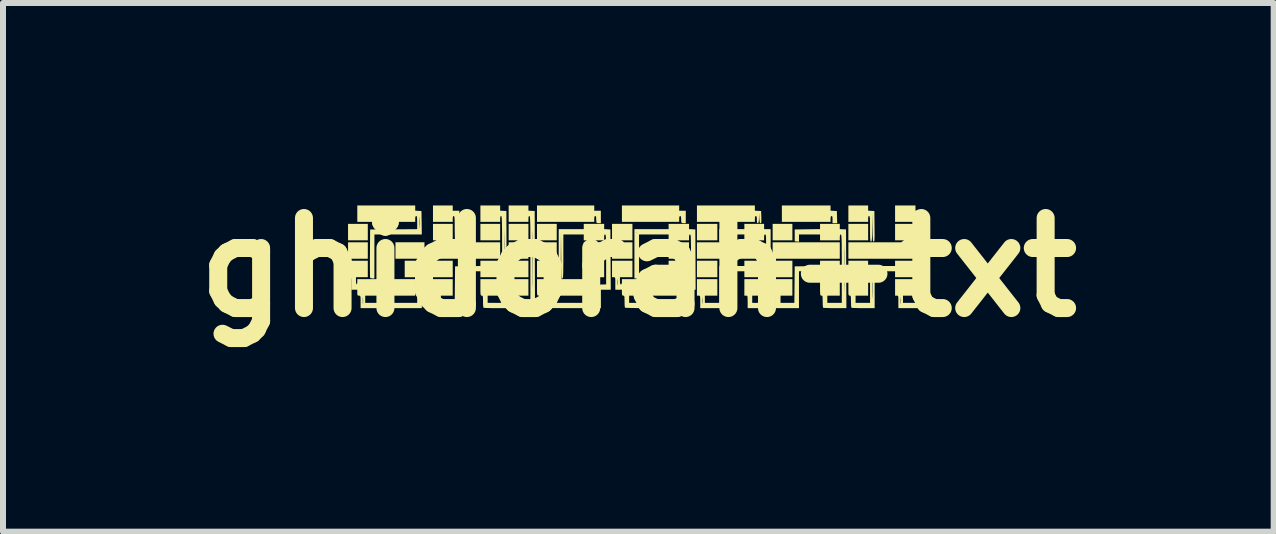
<source format=kicad_pcb>
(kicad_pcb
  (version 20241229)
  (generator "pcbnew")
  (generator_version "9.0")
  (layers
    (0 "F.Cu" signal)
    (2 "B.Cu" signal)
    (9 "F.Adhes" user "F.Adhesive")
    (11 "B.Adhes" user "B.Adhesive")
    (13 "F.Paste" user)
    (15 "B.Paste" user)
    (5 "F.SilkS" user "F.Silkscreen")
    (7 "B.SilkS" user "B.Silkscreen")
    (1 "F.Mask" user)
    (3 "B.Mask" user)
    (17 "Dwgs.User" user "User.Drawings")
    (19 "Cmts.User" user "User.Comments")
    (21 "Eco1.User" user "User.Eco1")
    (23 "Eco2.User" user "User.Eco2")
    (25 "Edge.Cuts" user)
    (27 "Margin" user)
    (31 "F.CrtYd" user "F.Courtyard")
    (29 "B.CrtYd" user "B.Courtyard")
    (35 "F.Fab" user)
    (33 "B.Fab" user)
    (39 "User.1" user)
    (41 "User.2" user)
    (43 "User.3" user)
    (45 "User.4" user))
  (footprint "ghidorah-txt"
    (layer "F.Cu")
    (at 7.586 1.404)
    (property "Reference" "ghidorah-txt" (at 0 0 0) (layer "F.SilkS") (effects (font (size 1.5 1.5) (thickness 0.3))))
    (attr board_only exclude_from_pos_files exclude_from_bom)
    (fp_poly (pts (xy -4.508 -0.587) (xy -4.508 -0.45) (xy -4.672 -0.45) (xy -4.837 -0.45) (xy -4.837 -0.587) (xy -4.837 -0.724) (xy -4.672 -0.724) (xy -4.508 -0.724)) (stroke (width 0) (type solid)) (fill yes) (layer "F.SilkS"))
    (fp_poly (pts (xy -4.508 -0.28) (xy -4.508 -0.143) (xy -4.672 -0.143) (xy -4.837 -0.143) (xy -4.837 -0.28) (xy -4.837 -0.417) (xy -4.672 -0.417) (xy -4.508 -0.417)) (stroke (width 0) (type solid)) (fill yes) (layer "F.SilkS"))
    (fp_poly (pts (xy -3.564 0.027) (xy -3.564 0.165) (xy -3.729 0.165) (xy -3.893 0.165) (xy -3.893 0.027) (xy -3.893 -0.11) (xy -3.729 -0.11) (xy -3.564 -0.11)) (stroke (width 0) (type solid)) (fill yes) (layer "F.SilkS"))
    (fp_poly (pts (xy -3.093 -0.587) (xy -3.093 -0.45) (xy -3.257 -0.45) (xy -3.422 -0.45) (xy -3.422 -0.587) (xy -3.422 -0.724) (xy -3.257 -0.724) (xy -3.093 -0.724)) (stroke (width 0) (type solid)) (fill yes) (layer "F.SilkS"))
    (fp_poly (pts (xy -3.093 0.027) (xy -3.093 0.165) (xy -3.257 0.165) (xy -3.422 0.165) (xy -3.422 0.027) (xy -3.422 -0.11) (xy -3.257 -0.11) (xy -3.093 -0.11)) (stroke (width 0) (type solid)) (fill yes) (layer "F.SilkS"))
    (fp_poly (pts (xy -2.303 -0.587) (xy -2.303 -0.45) (xy -2.468 -0.45) (xy -2.632 -0.45) (xy -2.632 -0.587) (xy -2.632 -0.724) (xy -2.468 -0.724) (xy -2.303 -0.724)) (stroke (width 0) (type solid)) (fill yes) (layer "F.SilkS"))
    (fp_poly (pts (xy -2.303 -0.28) (xy -2.303 -0.143) (xy -2.862 -0.143) (xy -3.422 -0.143) (xy -3.422 -0.28) (xy -3.422 -0.417) (xy -2.862 -0.417) (xy -2.303 -0.417)) (stroke (width 0) (type solid)) (fill yes) (layer "F.SilkS"))
    (fp_poly (pts (xy -1.832 -0.587) (xy -1.832 -0.45) (xy -1.996 -0.45) (xy -2.161 -0.45) (xy -2.161 -0.587) (xy -2.161 -0.724) (xy -1.996 -0.724) (xy -1.832 -0.724)) (stroke (width 0) (type solid)) (fill yes) (layer "F.SilkS"))
    (fp_poly (pts (xy -1.832 -0.28) (xy -1.832 -0.143) (xy -1.996 -0.143) (xy -2.161 -0.143) (xy -2.161 -0.28) (xy -2.161 -0.417) (xy -1.996 -0.417) (xy -1.832 -0.417)) (stroke (width 0) (type solid)) (fill yes) (layer "F.SilkS"))
    (fp_poly (pts (xy -1.832 0.027) (xy -1.832 0.165) (xy -1.996 0.165) (xy -2.161 0.165) (xy -2.161 0.027) (xy -2.161 -0.11) (xy -1.996 -0.11) (xy -1.832 -0.11)) (stroke (width 0) (type solid)) (fill yes) (layer "F.SilkS"))
    (fp_poly (pts (xy -1.36 -0.587) (xy -1.36 -0.45) (xy -1.524 -0.45) (xy -1.689 -0.45) (xy -1.689 -0.587) (xy -1.689 -0.724) (xy -1.524 -0.724) (xy -1.36 -0.724)) (stroke (width 0) (type solid)) (fill yes) (layer "F.SilkS"))
    (fp_poly (pts (xy -1.36 -0.28) (xy -1.36 -0.143) (xy -1.524 -0.143) (xy -1.689 -0.143) (xy -1.689 -0.28) (xy -1.689 -0.417) (xy -1.524 -0.417) (xy -1.36 -0.417)) (stroke (width 0) (type solid)) (fill yes) (layer "F.SilkS"))
    (fp_poly (pts (xy -1.36 0.027) (xy -1.36 0.165) (xy -1.524 0.165) (xy -1.689 0.165) (xy -1.689 0.027) (xy -1.689 -0.11) (xy -1.524 -0.11) (xy -1.36 -0.11)) (stroke (width 0) (type solid)) (fill yes) (layer "F.SilkS"))
    (fp_poly (pts (xy -0.57 -0.28) (xy -0.57 -0.143) (xy -0.74 -0.143) (xy -0.91 -0.143) (xy -0.91 -0.28) (xy -0.91 -0.417) (xy -0.74 -0.417) (xy -0.57 -0.417)) (stroke (width 0) (type solid)) (fill yes) (layer "F.SilkS"))
    (fp_poly (pts (xy -0.57 0.027) (xy -0.57 0.165) (xy -0.74 0.165) (xy -0.91 0.165) (xy -0.91 0.027) (xy -0.91 -0.11) (xy -0.74 -0.11) (xy -0.57 -0.11)) (stroke (width 0) (type solid)) (fill yes) (layer "F.SilkS"))
    (fp_poly (pts (xy -0.099 -0.587) (xy -0.099 -0.45) (xy -0.269 -0.45) (xy -0.439 -0.45) (xy -0.439 -0.587) (xy -0.439 -0.724) (xy -0.269 -0.724) (xy -0.099 -0.724)) (stroke (width 0) (type solid)) (fill yes) (layer "F.SilkS"))
    (fp_poly (pts (xy -0.099 -0.28) (xy -0.099 -0.143) (xy -0.269 -0.143) (xy -0.439 -0.143) (xy -0.439 -0.28) (xy -0.439 -0.417) (xy -0.269 -0.417) (xy -0.099 -0.417)) (stroke (width 0) (type solid)) (fill yes) (layer "F.SilkS"))
    (fp_poly (pts (xy 0.844 -0.28) (xy 0.844 -0.143) (xy 0.674 -0.143) (xy 0.504 -0.143) (xy 0.504 -0.28) (xy 0.504 -0.417) (xy 0.674 -0.417) (xy 0.844 -0.417)) (stroke (width 0) (type solid)) (fill yes) (layer "F.SilkS"))
    (fp_poly (pts (xy 0.844 0.027) (xy 0.844 0.165) (xy 0.674 0.165) (xy 0.504 0.165) (xy 0.504 0.027) (xy 0.504 -0.11) (xy 0.674 -0.11) (xy 0.844 -0.11)) (stroke (width 0) (type solid)) (fill yes) (layer "F.SilkS"))
    (fp_poly (pts (xy 1.316 -0.587) (xy 1.316 -0.45) (xy 1.146 -0.45) (xy 0.976 -0.45) (xy 0.976 -0.587) (xy 0.976 -0.724) (xy 1.146 -0.724) (xy 1.316 -0.724)) (stroke (width 0) (type solid)) (fill yes) (layer "F.SilkS"))
    (fp_poly (pts (xy 1.316 0.027) (xy 1.316 0.165) (xy 1.146 0.165) (xy 0.976 0.165) (xy 0.976 0.027) (xy 0.976 -0.11) (xy 1.146 -0.11) (xy 1.316 -0.11)) (stroke (width 0) (type solid)) (fill yes) (layer "F.SilkS"))
    (fp_poly (pts (xy 1.941 -0.28) (xy 1.941 -0.143) (xy 1.459 -0.143) (xy 0.976 -0.143) (xy 0.976 -0.28) (xy 0.976 -0.417) (xy 1.459 -0.417) (xy 1.941 -0.417)) (stroke (width 0) (type solid)) (fill yes) (layer "F.SilkS"))
    (fp_poly (pts (xy 2.566 -0.587) (xy 2.566 -0.45) (xy 2.402 -0.45) (xy 2.237 -0.45) (xy 2.237 -0.587) (xy 2.237 -0.724) (xy 2.402 -0.724) (xy 2.566 -0.724)) (stroke (width 0) (type solid)) (fill yes) (layer "F.SilkS"))
    (fp_poly (pts (xy 2.566 0.027) (xy 2.566 0.165) (xy 2.402 0.165) (xy 2.237 0.165) (xy 2.237 0.027) (xy 2.237 -0.11) (xy 2.402 -0.11) (xy 2.566 -0.11)) (stroke (width 0) (type solid)) (fill yes) (layer "F.SilkS"))
    (fp_poly (pts (xy 3.356 -0.28) (xy 3.356 -0.143) (xy 2.797 -0.143) (xy 2.237 -0.143) (xy 2.237 -0.28) (xy 2.237 -0.417) (xy 2.797 -0.417) (xy 3.356 -0.417)) (stroke (width 0) (type solid)) (fill yes) (layer "F.SilkS"))
    (fp_poly (pts (xy 3.828 -0.587) (xy 3.828 -0.45) (xy 3.663 -0.45) (xy 3.499 -0.45) (xy 3.499 -0.587) (xy 3.499 -0.724) (xy 3.663 -0.724) (xy 3.828 -0.724)) (stroke (width 0) (type solid)) (fill yes) (layer "F.SilkS"))
    (fp_poly (pts (xy 3.828 0.027) (xy 3.828 0.165) (xy 3.663 0.165) (xy 3.499 0.165) (xy 3.499 0.027) (xy 3.499 -0.11) (xy 3.663 -0.11) (xy 3.828 -0.11)) (stroke (width 0) (type solid)) (fill yes) (layer "F.SilkS"))
    (fp_poly (pts (xy 4.617 -0.587) (xy 4.617 -0.45) (xy 4.447 -0.45) (xy 4.277 -0.45) (xy 4.277 -0.587) (xy 4.277 -0.724) (xy 4.447 -0.724) (xy 4.617 -0.724)) (stroke (width 0) (type solid)) (fill yes) (layer "F.SilkS"))
    (fp_poly (pts (xy 4.617 -0.28) (xy 4.617 -0.143) (xy 4.058 -0.143) (xy 3.499 -0.143) (xy 3.499 -0.28) (xy 3.499 -0.417) (xy 4.058 -0.417) (xy 4.617 -0.417)) (stroke (width 0) (type solid)) (fill yes) (layer "F.SilkS"))
    (fp_poly (pts (xy 3.202 -0.988) (xy 3.202 -0.944) (xy 3.255 -0.941) (xy 3.307 -0.938) (xy 3.31 -0.836) (xy 3.313 -0.735) (xy 3.274 -0.735) (xy 3.235 -0.735) (xy 3.235 -0.795) (xy 3.234 -0.831) (xy 3.229 -0.85) (xy 3.219 -0.855) (xy 3.208 -0.849) (xy 3.203 -0.827) (xy 3.202 -0.806) (xy 3.202 -0.757) (xy 2.797 -0.757) (xy 2.391 -0.757) (xy 2.391 -0.894) (xy 2.391 -1.031) (xy 2.797 -1.031) (xy 3.202 -1.031)) (stroke (width 0) (type solid)) (fill yes) (layer "F.SilkS"))
    (fp_poly (pts (xy -0.735 -0.987) (xy -0.735 -0.943) (xy -0.68 -0.943) (xy -0.625 -0.943) (xy -0.625 -0.839) (xy -0.625 -0.735) (xy -0.656 -0.735) (xy -0.681 -0.737) (xy -0.695 -0.742) (xy -0.699 -0.757) (xy -0.702 -0.785) (xy -0.702 -0.802) (xy -0.704 -0.836) (xy -0.71 -0.852) (xy -0.718 -0.855) (xy -0.729 -0.849) (xy -0.734 -0.827) (xy -0.735 -0.806) (xy -0.735 -0.757) (xy -1.212 -0.757) (xy -1.689 -0.757) (xy -1.689 -0.894) (xy -1.689 -1.031) (xy -1.212 -1.031) (xy -0.735 -1.031)) (stroke (width 0) (type solid)) (fill yes) (layer "F.SilkS"))
    (fp_poly (pts (xy 0.68 -0.987) (xy 0.68 -0.943) (xy 0.735 -0.943) (xy 0.79 -0.943) (xy 0.79 -0.839) (xy 0.79 -0.735) (xy 0.759 -0.735) (xy 0.733 -0.737) (xy 0.72 -0.742) (xy 0.716 -0.757) (xy 0.713 -0.785) (xy 0.713 -0.802) (xy 0.711 -0.836) (xy 0.705 -0.852) (xy 0.696 -0.855) (xy 0.686 -0.849) (xy 0.681 -0.827) (xy 0.68 -0.806) (xy 0.68 -0.757) (xy 0.203 -0.757) (xy -0.274 -0.757) (xy -0.274 -0.894) (xy -0.274 -1.031) (xy 0.203 -1.031) (xy 0.68 -1.031)) (stroke (width 0) (type solid)) (fill yes) (layer "F.SilkS"))
    (fp_poly (pts (xy -3.093 -0.987) (xy -3.093 -0.943) (xy -3.038 -0.943) (xy -2.983 -0.943) (xy -2.983 -0.685) (xy -2.983 -0.428) (xy -3.014 -0.428) (xy -3.039 -0.43) (xy -3.053 -0.435) (xy -3.055 -0.448) (xy -3.057 -0.479) (xy -3.058 -0.525) (xy -3.059 -0.582) (xy -3.06 -0.647) (xy -3.06 -0.649) (xy -3.06 -0.722) (xy -3.061 -0.776) (xy -3.062 -0.814) (xy -3.065 -0.837) (xy -3.069 -0.85) (xy -3.074 -0.855) (xy -3.076 -0.855) (xy -3.087 -0.849) (xy -3.092 -0.827) (xy -3.093 -0.806) (xy -3.093 -0.757) (xy -3.257 -0.757) (xy -3.422 -0.757) (xy -3.422 -0.894) (xy -3.422 -1.031) (xy -3.257 -1.031) (xy -3.093 -1.031)) (stroke (width 0) (type solid)) (fill yes) (layer "F.SilkS"))
    (fp_poly (pts (xy 1.941 -0.988) (xy 1.941 -0.944) (xy 1.993 -0.941) (xy 2.045 -0.938) (xy 2.049 -0.836) (xy 2.049 -0.788) (xy 2.048 -0.757) (xy 2.045 -0.741) (xy 2.038 -0.735) (xy 2.035 -0.735) (xy 2.026 -0.74) (xy 2.021 -0.757) (xy 2.017 -0.79) (xy 2.015 -0.82) (xy 2.011 -0.905) (xy 2.009 -0.82) (xy 2.007 -0.775) (xy 2.003 -0.749) (xy 1.997 -0.737) (xy 1.991 -0.735) (xy 1.981 -0.74) (xy 1.976 -0.759) (xy 1.974 -0.795) (xy 1.973 -0.831) (xy 1.967 -0.85) (xy 1.958 -0.855) (xy 1.947 -0.849) (xy 1.942 -0.827) (xy 1.941 -0.806) (xy 1.941 -0.757) (xy 1.459 -0.757) (xy 0.976 -0.757) (xy 0.976 -0.894) (xy 0.976 -1.031) (xy 1.459 -1.031) (xy 1.941 -1.031)) (stroke (width 0) (type solid)) (fill yes) (layer "F.SilkS"))
    (fp_poly (pts (xy -2.303 0.027) (xy -2.303 0.165) (xy -2.468 0.165) (xy -2.632 0.165) (xy -2.632 0.115) (xy -2.632 0.066) (xy -2.808 0.066) (xy -2.983 0.066) (xy -2.983 0.373) (xy -2.983 0.68) (xy -3.175 0.68) (xy -3.367 0.68) (xy -3.367 0.576) (xy -3.367 0.528) (xy -3.368 0.497) (xy -3.372 0.48) (xy -3.379 0.473) (xy -3.39 0.472) (xy -3.394 0.472) (xy -3.422 0.472) (xy -3.422 0.334) (xy -3.422 0.197) (xy -3.257 0.197) (xy -3.093 0.197) (xy -3.093 0.334) (xy -3.093 0.472) (xy -3.191 0.472) (xy -3.29 0.472) (xy -3.29 0.532) (xy -3.29 0.592) (xy -3.175 0.592) (xy -3.06 0.592) (xy -3.057 0.288) (xy -3.054 -0.016) (xy -2.843 -0.019) (xy -2.632 -0.022) (xy -2.632 -0.066) (xy -2.632 -0.11) (xy -2.468 -0.11) (xy -2.303 -0.11)) (stroke (width 0) (type solid)) (fill yes) (layer "F.SilkS"))
    (fp_poly (pts (xy 3.356 0.027) (xy 3.356 0.165) (xy 3.191 0.165) (xy 3.027 0.165) (xy 3.027 0.115) (xy 3.027 0.066) (xy 2.851 0.066) (xy 2.676 0.066) (xy 2.676 0.373) (xy 2.676 0.68) (xy 2.484 0.68) (xy 2.292 0.68) (xy 2.292 0.576) (xy 2.292 0.528) (xy 2.291 0.497) (xy 2.287 0.48) (xy 2.28 0.473) (xy 2.269 0.472) (xy 2.265 0.472) (xy 2.237 0.472) (xy 2.237 0.334) (xy 2.237 0.197) (xy 2.402 0.197) (xy 2.566 0.197) (xy 2.566 0.334) (xy 2.566 0.472) (xy 2.468 0.472) (xy 2.369 0.472) (xy 2.369 0.532) (xy 2.369 0.592) (xy 2.484 0.592) (xy 2.599 0.592) (xy 2.602 0.288) (xy 2.605 -0.016) (xy 2.816 -0.019) (xy 3.027 -0.022) (xy 3.027 -0.066) (xy 3.027 -0.11) (xy 3.191 -0.11) (xy 3.356 -0.11)) (stroke (width 0) (type solid)) (fill yes) (layer "F.SilkS"))
    (fp_poly (pts (xy 3.828 -0.988) (xy 3.828 -0.944) (xy 3.88 -0.941) (xy 3.932 -0.938) (xy 3.935 -0.683) (xy 3.935 -0.601) (xy 3.936 -0.538) (xy 3.935 -0.492) (xy 3.933 -0.461) (xy 3.931 -0.441) (xy 3.927 -0.431) (xy 3.922 -0.428) (xy 3.921 -0.428) (xy 3.916 -0.43) (xy 3.911 -0.44) (xy 3.908 -0.46) (xy 3.906 -0.492) (xy 3.904 -0.539) (xy 3.903 -0.603) (xy 3.902 -0.666) (xy 3.898 -0.905) (xy 3.896 -0.666) (xy 3.895 -0.587) (xy 3.894 -0.527) (xy 3.892 -0.484) (xy 3.889 -0.455) (xy 3.886 -0.437) (xy 3.881 -0.429) (xy 3.877 -0.428) (xy 3.871 -0.43) (xy 3.867 -0.44) (xy 3.864 -0.46) (xy 3.862 -0.493) (xy 3.861 -0.54) (xy 3.86 -0.606) (xy 3.86 -0.642) (xy 3.86 -0.716) (xy 3.859 -0.772) (xy 3.858 -0.81) (xy 3.855 -0.835) (xy 3.852 -0.849) (xy 3.847 -0.855) (xy 3.844 -0.855) (xy 3.833 -0.849) (xy 3.828 -0.827) (xy 3.828 -0.806) (xy 3.828 -0.757) (xy 3.663 -0.757) (xy 3.499 -0.757) (xy 3.499 -0.894) (xy 3.499 -1.031) (xy 3.663 -1.031) (xy 3.828 -1.031)) (stroke (width 0) (type solid)) (fill yes) (layer "F.SilkS"))
    (fp_poly (pts (xy -3.718 -0.988) (xy -3.718 -0.944) (xy -3.666 -0.941) (xy -3.614 -0.938) (xy -3.611 -0.743) (xy -3.608 -0.548) (xy -4.003 -0.548) (xy -4.398 -0.548) (xy -4.398 -0.181) (xy -4.398 0.186) (xy -4.431 0.186) (xy -4.456 0.182) (xy -4.47 0.173) (xy -4.471 0.159) (xy -4.472 0.126) (xy -4.472 0.076) (xy -4.473 0.011) (xy -4.473 -0.064) (xy -4.473 -0.149) (xy -4.472 -0.236) (xy -4.469 -0.631) (xy -4.077 -0.633) (xy -3.685 -0.636) (xy -3.685 -0.746) (xy -3.648 -0.746) (xy -3.647 -0.697) (xy -3.647 -0.664) (xy -3.646 -0.649) (xy -3.645 -0.652) (xy -3.644 -0.666) (xy -3.642 -0.722) (xy -3.643 -0.784) (xy -3.644 -0.825) (xy -3.645 -0.843) (xy -3.646 -0.84) (xy -3.647 -0.818) (xy -3.648 -0.78) (xy -3.648 -0.746) (xy -3.685 -0.746) (xy -3.685 -0.746) (xy -3.686 -0.797) (xy -3.688 -0.83) (xy -3.692 -0.848) (xy -3.698 -0.855) (xy -3.701 -0.855) (xy -3.712 -0.849) (xy -3.717 -0.827) (xy -3.718 -0.806) (xy -3.718 -0.757) (xy -4.2 -0.757) (xy -4.683 -0.757) (xy -4.683 -0.894) (xy -4.683 -1.031) (xy -4.2 -1.031) (xy -3.718 -1.031)) (stroke (width 0) (type solid)) (fill yes) (layer "F.SilkS"))
    (fp_poly (pts (xy 2.095 -0.68) (xy 2.095 -0.636) (xy 2.15 -0.636) (xy 2.204 -0.636) (xy 2.204 -0.439) (xy 2.204 -0.241) (xy 2.128 -0.241) (xy 2.051 -0.241) (xy 2.051 -0.181) (xy 2.049 -0.144) (xy 2.044 -0.125) (xy 2.035 -0.121) (xy 2.026 -0.126) (xy 2.02 -0.144) (xy 2.017 -0.179) (xy 2.015 -0.206) (xy 2.011 -0.291) (xy 2.009 -0.206) (xy 2.007 -0.161) (xy 2.003 -0.135) (xy 1.997 -0.123) (xy 1.991 -0.121) (xy 1.983 -0.124) (xy 1.978 -0.138) (xy 1.975 -0.165) (xy 1.974 -0.21) (xy 1.974 -0.225) (xy 1.974 -0.329) (xy 2.051 -0.329) (xy 2.128 -0.329) (xy 2.128 -0.439) (xy 2.127 -0.49) (xy 2.125 -0.523) (xy 2.121 -0.541) (xy 2.115 -0.548) (xy 2.111 -0.548) (xy 2.1 -0.542) (xy 2.095 -0.52) (xy 2.095 -0.499) (xy 2.095 -0.45) (xy 1.93 -0.45) (xy 1.766 -0.45) (xy 1.766 -0.499) (xy 1.766 -0.548) (xy 1.596 -0.548) (xy 1.426 -0.548) (xy 1.426 -0.488) (xy 1.426 -0.428) (xy 1.387 -0.428) (xy 1.349 -0.428) (xy 1.349 -0.532) (xy 1.349 -0.587) (xy 1.382 -0.587) (xy 1.387 -0.581) (xy 1.393 -0.587) (xy 1.387 -0.592) (xy 1.382 -0.587) (xy 1.349 -0.587) (xy 1.349 -0.636) (xy 1.557 -0.636) (xy 1.766 -0.636) (xy 1.766 -0.68) (xy 1.766 -0.724) (xy 1.93 -0.724) (xy 2.095 -0.724)) (stroke (width 0) (type solid)) (fill yes) (layer "F.SilkS"))
    (fp_poly (pts (xy 4.617 -0.988) (xy 4.617 -0.944) (xy 4.669 -0.941) (xy 4.721 -0.938) (xy 4.724 -0.129) (xy 4.727 0.68) (xy 4.53 0.68) (xy 4.332 0.68) (xy 4.332 0.576) (xy 4.332 0.554) (xy 4.369 0.554) (xy 4.369 0.589) (xy 4.37 0.607) (xy 4.372 0.607) (xy 4.373 0.601) (xy 4.375 0.562) (xy 4.373 0.519) (xy 4.373 0.513) (xy 4.371 0.501) (xy 4.37 0.51) (xy 4.369 0.536) (xy 4.369 0.554) (xy 4.332 0.554) (xy 4.332 0.528) (xy 4.331 0.497) (xy 4.327 0.48) (xy 4.32 0.473) (xy 4.309 0.472) (xy 4.305 0.472) (xy 4.277 0.472) (xy 4.277 0.334) (xy 4.277 0.197) (xy 4.447 0.197) (xy 4.617 0.197) (xy 4.617 0.334) (xy 4.617 0.472) (xy 4.513 0.472) (xy 4.409 0.472) (xy 4.409 0.532) (xy 4.409 0.592) (xy 4.529 0.592) (xy 4.65 0.592) (xy 4.65 -0.132) (xy 4.65 -0.277) (xy 4.65 -0.401) (xy 4.65 -0.507) (xy 4.649 -0.595) (xy 4.648 -0.668) (xy 4.647 -0.726) (xy 4.646 -0.771) (xy 4.645 -0.805) (xy 4.643 -0.828) (xy 4.64 -0.844) (xy 4.638 -0.852) (xy 4.634 -0.855) (xy 4.634 -0.855) (xy 4.623 -0.849) (xy 4.618 -0.827) (xy 4.617 -0.806) (xy 4.617 -0.757) (xy 4.447 -0.757) (xy 4.277 -0.757) (xy 4.277 -0.894) (xy 4.277 -1.031) (xy 4.447 -1.031) (xy 4.617 -1.031)) (stroke (width 0) (type solid)) (fill yes) (layer "F.SilkS"))
    (fp_poly (pts (xy 4.617 0.027) (xy 4.617 0.165) (xy 4.447 0.165) (xy 4.277 0.165) (xy 4.277 0.115) (xy 4.277 0.066) (xy 4.107 0.066) (xy 3.937 0.066) (xy 3.937 0.373) (xy 3.937 0.68) (xy 3.747 0.68) (xy 3.685 0.68) (xy 3.63 0.678) (xy 3.587 0.677) (xy 3.559 0.675) (xy 3.55 0.673) (xy 3.546 0.659) (xy 3.544 0.629) (xy 3.543 0.588) (xy 3.542 0.568) (xy 3.542 0.522) (xy 3.54 0.493) (xy 3.536 0.478) (xy 3.529 0.472) (xy 3.52 0.472) (xy 3.511 0.47) (xy 3.505 0.464) (xy 3.501 0.45) (xy 3.499 0.423) (xy 3.499 0.381) (xy 3.499 0.334) (xy 3.499 0.197) (xy 3.663 0.197) (xy 3.828 0.197) (xy 3.828 0.334) (xy 3.828 0.472) (xy 3.723 0.472) (xy 3.619 0.472) (xy 3.619 0.532) (xy 3.619 0.592) (xy 3.74 0.592) (xy 3.86 0.592) (xy 3.86 0.329) (xy 3.898 0.329) (xy 3.898 0.401) (xy 3.899 0.457) (xy 3.899 0.496) (xy 3.9 0.518) (xy 3.9 0.521) (xy 3.901 0.503) (xy 3.902 0.485) (xy 3.903 0.41) (xy 3.903 0.323) (xy 3.903 0.238) (xy 3.902 0.173) (xy 3.901 0.144) (xy 3.9 0.136) (xy 3.899 0.148) (xy 3.899 0.178) (xy 3.898 0.225) (xy 3.898 0.289) (xy 3.898 0.329) (xy 3.86 0.329) (xy 3.86 0.285) (xy 3.86 -0.022) (xy 4.069 -0.022) (xy 4.277 -0.022) (xy 4.277 -0.066) (xy 4.277 -0.11) (xy 4.447 -0.11) (xy 4.617 -0.11)) (stroke (width 0) (type solid)) (fill yes) (layer "F.SilkS"))
    (fp_poly (pts (xy -2.303 -0.988) (xy -2.303 -0.944) (xy -2.251 -0.941) (xy -2.199 -0.938) (xy -2.196 -0.129) (xy -2.193 0.68) (xy -2.383 0.68) (xy -2.446 0.68) (xy -2.501 0.678) (xy -2.544 0.677) (xy -2.572 0.675) (xy -2.581 0.673) (xy -2.584 0.659) (xy -2.587 0.629) (xy -2.588 0.588) (xy -2.588 0.568) (xy -2.589 0.522) (xy -2.59 0.493) (xy -2.595 0.478) (xy -2.602 0.472) (xy -2.61 0.472) (xy -2.619 0.47) (xy -2.625 0.464) (xy -2.629 0.45) (xy -2.631 0.423) (xy -2.632 0.381) (xy -2.632 0.334) (xy -2.632 0.197) (xy -2.468 0.197) (xy -2.303 0.197) (xy -2.303 0.334) (xy -2.303 0.472) (xy -2.407 0.472) (xy -2.511 0.472) (xy -2.511 0.532) (xy -2.511 0.592) (xy -2.391 0.592) (xy -2.27 0.592) (xy -2.27 -0.132) (xy -2.232 -0.132) (xy -2.232 -0.015) (xy -2.232 0.087) (xy -2.232 0.173) (xy -2.232 0.243) (xy -2.231 0.295) (xy -2.231 0.329) (xy -2.231 0.345) (xy -2.23 0.341) (xy -2.23 0.317) (xy -2.229 0.272) (xy -2.229 0.255) (xy -2.228 0.14) (xy -2.228 0.011) (xy -2.228 -0.126) (xy -2.228 -0.263) (xy -2.228 -0.393) (xy -2.229 -0.509) (xy -2.229 -0.518) (xy -2.23 -0.569) (xy -2.23 -0.599) (xy -2.23 -0.609) (xy -2.231 -0.599) (xy -2.231 -0.57) (xy -2.231 -0.522) (xy -2.232 -0.458) (xy -2.232 -0.376) (xy -2.232 -0.279) (xy -2.232 -0.166) (xy -2.232 -0.132) (xy -2.27 -0.132) (xy -2.27 -0.277) (xy -2.27 -0.401) (xy -2.271 -0.507) (xy -2.271 -0.595) (xy -2.272 -0.668) (xy -2.273 -0.726) (xy -2.274 -0.771) (xy -2.276 -0.805) (xy -2.278 -0.828) (xy -2.28 -0.844) (xy -2.283 -0.852) (xy -2.286 -0.855) (xy -2.287 -0.855) (xy -2.298 -0.849) (xy -2.302 -0.827) (xy -2.303 -0.806) (xy -2.303 -0.757) (xy -2.468 -0.757) (xy -2.632 -0.757) (xy -2.632 -0.894) (xy -2.632 -1.031) (xy -2.468 -1.031) (xy -2.303 -1.031)) (stroke (width 0) (type solid)) (fill yes) (layer "F.SilkS"))
    (fp_poly (pts (xy -1.832 -0.988) (xy -1.832 -0.944) (xy -1.779 -0.941) (xy -1.727 -0.938) (xy -1.725 -0.129) (xy -1.722 0.68) (xy -1.912 0.68) (xy -1.974 0.68) (xy -2.029 0.678) (xy -2.072 0.677) (xy -2.1 0.675) (xy -2.109 0.673) (xy -2.113 0.659) (xy -2.115 0.629) (xy -2.117 0.588) (xy -2.117 0.568) (xy -2.117 0.522) (xy -2.119 0.493) (xy -2.123 0.478) (xy -2.13 0.472) (xy -2.139 0.472) (xy -2.148 0.47) (xy -2.154 0.464) (xy -2.158 0.45) (xy -2.16 0.423) (xy -2.16 0.381) (xy -2.161 0.334) (xy -2.161 0.197) (xy -1.996 0.197) (xy -1.832 0.197) (xy -1.832 0.334) (xy -1.832 0.472) (xy -1.936 0.472) (xy -2.04 0.472) (xy -2.04 0.532) (xy -2.04 0.592) (xy -1.919 0.592) (xy -1.799 0.592) (xy -1.799 -0.132) (xy -1.761 -0.132) (xy -1.76 -0.015) (xy -1.76 0.087) (xy -1.76 0.173) (xy -1.76 0.243) (xy -1.76 0.295) (xy -1.759 0.329) (xy -1.759 0.345) (xy -1.759 0.341) (xy -1.758 0.317) (xy -1.758 0.272) (xy -1.757 0.255) (xy -1.757 0.14) (xy -1.756 0.011) (xy -1.756 -0.126) (xy -1.756 -0.263) (xy -1.757 -0.393) (xy -1.757 -0.509) (xy -1.757 -0.518) (xy -1.758 -0.569) (xy -1.758 -0.599) (xy -1.759 -0.609) (xy -1.759 -0.599) (xy -1.76 -0.57) (xy -1.76 -0.522) (xy -1.76 -0.458) (xy -1.76 -0.376) (xy -1.76 -0.279) (xy -1.761 -0.166) (xy -1.761 -0.132) (xy -1.799 -0.132) (xy -1.799 -0.277) (xy -1.799 -0.401) (xy -1.799 -0.507) (xy -1.8 -0.595) (xy -1.8 -0.668) (xy -1.801 -0.726) (xy -1.803 -0.771) (xy -1.804 -0.805) (xy -1.806 -0.828) (xy -1.808 -0.844) (xy -1.811 -0.852) (xy -1.814 -0.855) (xy -1.815 -0.855) (xy -1.826 -0.849) (xy -1.831 -0.827) (xy -1.832 -0.806) (xy -1.832 -0.757) (xy -1.996 -0.757) (xy -2.161 -0.757) (xy -2.161 -0.894) (xy -2.161 -1.031) (xy -1.996 -1.031) (xy -1.832 -1.031)) (stroke (width 0) (type solid)) (fill yes) (layer "F.SilkS"))
    (fp_poly (pts (xy 2.095 -0.066) (xy 2.095 -0.022) (xy 2.15 -0.022) (xy 2.204 -0.022) (xy 2.204 0.329) (xy 2.204 0.68) (xy 2.012 0.68) (xy 1.821 0.68) (xy 1.821 0.576) (xy 1.82 0.528) (xy 1.819 0.497) (xy 1.816 0.48) (xy 1.809 0.473) (xy 1.798 0.472) (xy 1.793 0.472) (xy 1.766 0.472) (xy 1.766 0.334) (xy 1.766 0.197) (xy 1.93 0.197) (xy 2.095 0.197) (xy 2.095 0.334) (xy 2.095 0.472) (xy 1.996 0.472) (xy 1.897 0.472) (xy 1.897 0.532) (xy 1.897 0.592) (xy 2.012 0.592) (xy 2.128 0.592) (xy 2.128 0.329) (xy 2.127 0.245) (xy 2.127 0.181) (xy 2.126 0.134) (xy 2.124 0.101) (xy 2.121 0.081) (xy 2.117 0.07) (xy 2.112 0.066) (xy 2.111 0.066) (xy 2.1 0.072) (xy 2.095 0.094) (xy 2.095 0.115) (xy 2.095 0.165) (xy 1.93 0.165) (xy 1.766 0.165) (xy 1.766 0.115) (xy 1.766 0.066) (xy 1.596 0.066) (xy 1.426 0.066) (xy 1.426 0.373) (xy 1.426 0.68) (xy 1.228 0.68) (xy 1.031 0.68) (xy 1.031 0.576) (xy 1.031 0.554) (xy 1.068 0.554) (xy 1.068 0.589) (xy 1.069 0.607) (xy 1.071 0.607) (xy 1.072 0.601) (xy 1.074 0.562) (xy 1.072 0.519) (xy 1.072 0.513) (xy 1.07 0.501) (xy 1.069 0.51) (xy 1.068 0.536) (xy 1.068 0.554) (xy 1.031 0.554) (xy 1.031 0.528) (xy 1.029 0.497) (xy 1.026 0.48) (xy 1.019 0.473) (xy 1.008 0.472) (xy 1.003 0.472) (xy 0.976 0.472) (xy 0.976 0.334) (xy 0.976 0.197) (xy 1.146 0.197) (xy 1.316 0.197) (xy 1.316 0.334) (xy 1.316 0.472) (xy 1.212 0.472) (xy 1.108 0.472) (xy 1.108 0.532) (xy 1.108 0.592) (xy 1.228 0.592) (xy 1.349 0.592) (xy 1.349 0.285) (xy 1.349 0.027) (xy 1.382 0.027) (xy 1.387 0.033) (xy 1.393 0.027) (xy 1.387 0.022) (xy 1.382 0.027) (xy 1.349 0.027) (xy 1.349 -0.022) (xy 1.557 -0.022) (xy 1.766 -0.022) (xy 1.766 -0.066) (xy 1.766 -0.11) (xy 1.93 -0.11) (xy 2.095 -0.11)) (stroke (width 0) (type solid)) (fill yes) (layer "F.SilkS"))
    (fp_poly (pts (xy 3.356 -0.681) (xy 3.356 -0.637) (xy 3.408 -0.634) (xy 3.46 -0.631) (xy 3.463 0.025) (xy 3.466 0.68) (xy 3.276 0.68) (xy 3.213 0.68) (xy 3.158 0.678) (xy 3.115 0.677) (xy 3.087 0.675) (xy 3.078 0.673) (xy 3.075 0.659) (xy 3.072 0.629) (xy 3.071 0.588) (xy 3.071 0.568) (xy 3.07 0.522) (xy 3.069 0.493) (xy 3.065 0.478) (xy 3.057 0.472) (xy 3.049 0.472) (xy 3.04 0.47) (xy 3.034 0.464) (xy 3.03 0.45) (xy 3.028 0.423) (xy 3.027 0.381) (xy 3.027 0.334) (xy 3.027 0.197) (xy 3.191 0.197) (xy 3.356 0.197) (xy 3.356 0.334) (xy 3.356 0.472) (xy 3.252 0.472) (xy 3.148 0.472) (xy 3.148 0.532) (xy 3.148 0.592) (xy 3.268 0.592) (xy 3.389 0.592) (xy 3.389 0.022) (xy 3.427 0.022) (xy 3.427 0.126) (xy 3.427 0.214) (xy 3.427 0.287) (xy 3.428 0.343) (xy 3.428 0.382) (xy 3.428 0.402) (xy 3.429 0.402) (xy 3.429 0.383) (xy 3.43 0.343) (xy 3.43 0.332) (xy 3.431 0.228) (xy 3.431 0.111) (xy 3.431 -0.012) (xy 3.431 -0.133) (xy 3.43 -0.244) (xy 3.43 -0.288) (xy 3.429 -0.333) (xy 3.429 -0.356) (xy 3.428 -0.36) (xy 3.428 -0.343) (xy 3.428 -0.309) (xy 3.427 -0.256) (xy 3.427 -0.187) (xy 3.427 -0.101) (xy 3.427 -0.001) (xy 3.427 0.022) (xy 3.389 0.022) (xy 3.389 -0.106) (xy 3.389 -0.213) (xy 3.388 -0.302) (xy 3.388 -0.374) (xy 3.387 -0.431) (xy 3.385 -0.474) (xy 3.384 -0.506) (xy 3.381 -0.527) (xy 3.379 -0.541) (xy 3.376 -0.547) (xy 3.372 -0.548) (xy 3.362 -0.542) (xy 3.357 -0.52) (xy 3.356 -0.499) (xy 3.356 -0.45) (xy 3.191 -0.45) (xy 3.027 -0.45) (xy 3.027 -0.499) (xy 3.027 -0.548) (xy 2.851 -0.548) (xy 2.676 -0.548) (xy 2.676 -0.487) (xy 2.676 -0.426) (xy 2.64 -0.43) (xy 2.605 -0.433) (xy 2.605 -0.532) (xy 2.605 -0.631) (xy 2.816 -0.634) (xy 3.027 -0.637) (xy 3.027 -0.68) (xy 3.027 -0.724) (xy 3.191 -0.724) (xy 3.356 -0.724)) (stroke (width 0) (type solid)) (fill yes) (layer "F.SilkS"))
    (fp_poly (pts (xy -3.564 -0.373) (xy -3.564 -0.329) (xy -3.509 -0.329) (xy -3.455 -0.329) (xy -3.455 0.022) (xy -3.455 0.373) (xy -3.531 0.373) (xy -3.608 0.373) (xy -3.608 0.526) (xy -3.608 0.68) (xy -4.118 0.68) (xy -4.628 0.68) (xy -4.628 0.576) (xy -4.628 0.554) (xy -4.591 0.554) (xy -4.591 0.589) (xy -4.59 0.607) (xy -4.588 0.607) (xy -4.587 0.601) (xy -4.586 0.562) (xy -4.587 0.519) (xy -4.587 0.513) (xy -4.589 0.501) (xy -4.591 0.51) (xy -4.591 0.536) (xy -4.591 0.554) (xy -4.628 0.554) (xy -4.628 0.528) (xy -4.63 0.497) (xy -4.633 0.48) (xy -4.64 0.473) (xy -4.651 0.472) (xy -4.656 0.472) (xy -4.672 0.47) (xy -4.681 0.459) (xy -4.683 0.436) (xy -4.683 0.422) (xy -4.683 0.373) (xy -4.732 0.373) (xy -4.782 0.373) (xy -4.782 0.269) (xy -4.782 0.22) (xy -4.783 0.19) (xy -4.787 0.173) (xy -4.793 0.166) (xy -4.804 0.165) (xy -4.809 0.165) (xy -4.837 0.165) (xy -4.837 0.027) (xy -4.837 -0.11) (xy -4.672 -0.11) (xy -4.508 -0.11) (xy -4.508 0.027) (xy -4.508 0.165) (xy -4.606 0.165) (xy -4.705 0.165) (xy -4.705 0.225) (xy -4.703 0.258) (xy -4.698 0.28) (xy -4.694 0.285) (xy -4.687 0.275) (xy -4.683 0.251) (xy -4.683 0.241) (xy -4.683 0.197) (xy -4.2 0.197) (xy -3.718 0.197) (xy -3.718 0.334) (xy -3.718 0.472) (xy -4.135 0.472) (xy -4.551 0.472) (xy -4.551 0.532) (xy -4.551 0.592) (xy -4.118 0.592) (xy -3.685 0.592) (xy -3.685 0.483) (xy -3.648 0.483) (xy -3.647 0.531) (xy -3.647 0.564) (xy -3.646 0.58) (xy -3.645 0.576) (xy -3.644 0.562) (xy -3.642 0.506) (xy -3.643 0.444) (xy -3.644 0.403) (xy -3.645 0.386) (xy -3.646 0.388) (xy -3.647 0.41) (xy -3.648 0.448) (xy -3.648 0.483) (xy -3.685 0.483) (xy -3.685 0.439) (xy -3.685 0.285) (xy -3.608 0.285) (xy -3.531 0.285) (xy -3.531 0.022) (xy -3.532 -0.062) (xy -3.532 -0.126) (xy -3.533 -0.173) (xy -3.535 -0.206) (xy -3.538 -0.227) (xy -3.542 -0.237) (xy -3.547 -0.241) (xy -3.548 -0.241) (xy -3.559 -0.235) (xy -3.564 -0.213) (xy -3.564 -0.192) (xy -3.564 -0.143) (xy -3.806 -0.143) (xy -4.047 -0.143) (xy -4.047 -0.28) (xy -4.047 -0.417) (xy -3.806 -0.417) (xy -3.564 -0.417)) (stroke (width 0) (type solid)) (fill yes) (layer "F.SilkS"))
    (fp_poly (pts (xy -0.57 -0.681) (xy -0.57 -0.637) (xy -0.518 -0.634) (xy -0.466 -0.631) (xy -0.463 -0.129) (xy -0.46 0.373) (xy -0.543 0.373) (xy -0.625 0.373) (xy -0.625 0.526) (xy -0.625 0.68) (xy -1.128 0.68) (xy -1.231 0.68) (xy -1.327 0.679) (xy -1.414 0.679) (xy -1.49 0.678) (xy -1.553 0.677) (xy -1.6 0.675) (xy -1.629 0.674) (xy -1.638 0.673) (xy -1.641 0.659) (xy -1.644 0.629) (xy -1.645 0.588) (xy -1.645 0.568) (xy -1.645 0.522) (xy -1.647 0.493) (xy -1.651 0.478) (xy -1.659 0.472) (xy -1.667 0.472) (xy -1.676 0.47) (xy -1.682 0.464) (xy -1.686 0.45) (xy -1.688 0.423) (xy -1.689 0.381) (xy -1.689 0.334) (xy -1.689 0.197) (xy -1.212 0.197) (xy -0.735 0.197) (xy -0.735 0.334) (xy -0.735 0.472) (xy -1.152 0.472) (xy -1.568 0.472) (xy -1.568 0.532) (xy -1.568 0.592) (xy -1.135 0.592) (xy -0.703 0.592) (xy -0.699 0.441) (xy -0.696 0.291) (xy -0.617 0.287) (xy -0.537 0.284) (xy -0.537 -0.132) (xy -0.537 -0.24) (xy -0.538 -0.328) (xy -0.538 -0.397) (xy -0.539 -0.451) (xy -0.541 -0.491) (xy -0.543 -0.518) (xy -0.546 -0.536) (xy -0.549 -0.545) (xy -0.553 -0.548) (xy -0.554 -0.548) (xy -0.565 -0.542) (xy -0.57 -0.52) (xy -0.57 -0.499) (xy -0.57 -0.45) (xy -0.74 -0.45) (xy -0.91 -0.45) (xy -0.91 -0.499) (xy -0.91 -0.548) (xy -1.08 -0.548) (xy -1.25 -0.548) (xy -1.25 -0.181) (xy -1.25 -0.08) (xy -1.251 0.001) (xy -1.251 0.064) (xy -1.253 0.111) (xy -1.254 0.145) (xy -1.257 0.167) (xy -1.26 0.18) (xy -1.264 0.186) (xy -1.267 0.186) (xy -1.271 0.184) (xy -1.275 0.175) (xy -1.277 0.159) (xy -1.28 0.132) (xy -1.282 0.093) (xy -1.283 0.039) (xy -1.284 -0.03) (xy -1.285 -0.118) (xy -1.286 -0.206) (xy -1.289 -0.598) (xy -1.292 -0.206) (xy -1.292 -0.101) (xy -1.293 -0.017) (xy -1.294 0.05) (xy -1.296 0.1) (xy -1.298 0.137) (xy -1.3 0.162) (xy -1.303 0.177) (xy -1.307 0.185) (xy -1.311 0.186) (xy -1.315 0.184) (xy -1.318 0.176) (xy -1.321 0.16) (xy -1.323 0.135) (xy -1.325 0.098) (xy -1.326 0.046) (xy -1.327 -0.02) (xy -1.327 -0.105) (xy -1.327 -0.209) (xy -1.327 -0.225) (xy -1.327 -0.636) (xy -1.119 -0.636) (xy -0.91 -0.636) (xy -0.91 -0.68) (xy -0.91 -0.724) (xy -0.74 -0.724) (xy -0.57 -0.724)) (stroke (width 0) (type solid)) (fill yes) (layer "F.SilkS"))
    (fp_poly (pts (xy 0.844 -0.681) (xy 0.844 -0.637) (xy 0.897 -0.634) (xy 0.949 -0.631) (xy 0.952 -0.129) (xy 0.954 0.373) (xy 0.872 0.373) (xy 0.79 0.373) (xy 0.79 0.526) (xy 0.79 0.68) (xy 0.287 0.68) (xy 0.184 0.68) (xy 0.088 0.679) (xy 0.001 0.679) (xy -0.075 0.678) (xy -0.138 0.677) (xy -0.185 0.675) (xy -0.214 0.674) (xy -0.223 0.673) (xy -0.226 0.659) (xy -0.229 0.629) (xy -0.23 0.588) (xy -0.23 0.568) (xy -0.231 0.522) (xy -0.232 0.493) (xy -0.237 0.478) (xy -0.244 0.472) (xy -0.252 0.472) (xy -0.266 0.468) (xy -0.272 0.455) (xy -0.274 0.426) (xy -0.274 0.422) (xy -0.274 0.373) (xy -0.329 0.373) (xy -0.384 0.373) (xy -0.384 0.269) (xy -0.384 0.247) (xy -0.347 0.247) (xy -0.347 0.281) (xy -0.346 0.3) (xy -0.344 0.3) (xy -0.343 0.294) (xy -0.341 0.255) (xy -0.342 0.212) (xy -0.343 0.206) (xy -0.345 0.194) (xy -0.346 0.203) (xy -0.347 0.229) (xy -0.347 0.247) (xy -0.384 0.247) (xy -0.384 0.22) (xy -0.385 0.19) (xy -0.389 0.173) (xy -0.396 0.166) (xy -0.407 0.165) (xy -0.411 0.165) (xy -0.439 0.165) (xy -0.439 0.027) (xy -0.439 -0.11) (xy -0.269 -0.11) (xy -0.099 -0.11) (xy -0.099 0.027) (xy -0.099 0.165) (xy -0.203 0.165) (xy -0.307 0.165) (xy -0.307 0.225) (xy -0.306 0.261) (xy -0.3 0.28) (xy -0.291 0.285) (xy -0.279 0.278) (xy -0.274 0.254) (xy -0.274 0.241) (xy -0.274 0.197) (xy 0.203 0.197) (xy 0.68 0.197) (xy 0.68 0.334) (xy 0.68 0.472) (xy 0.263 0.472) (xy -0.154 0.472) (xy -0.154 0.532) (xy -0.154 0.592) (xy 0.279 0.592) (xy 0.712 0.592) (xy 0.715 0.441) (xy 0.718 0.291) (xy 0.798 0.287) (xy 0.877 0.284) (xy 0.877 -0.132) (xy 0.877 -0.24) (xy 0.877 -0.328) (xy 0.876 -0.397) (xy 0.875 -0.451) (xy 0.874 -0.491) (xy 0.872 -0.518) (xy 0.869 -0.536) (xy 0.866 -0.545) (xy 0.862 -0.548) (xy 0.861 -0.548) (xy 0.85 -0.542) (xy 0.845 -0.52) (xy 0.844 -0.499) (xy 0.844 -0.45) (xy 0.674 -0.45) (xy 0.504 -0.45) (xy 0.504 -0.499) (xy 0.504 -0.548) (xy 0.258 -0.548) (xy 0.011 -0.548) (xy 0.011 -0.181) (xy 0.011 0.186) (xy -0.027 0.186) (xy -0.066 0.186) (xy -0.066 -0.225) (xy -0.066 -0.587) (xy -0.033 -0.587) (xy -0.027 -0.581) (xy -0.022 -0.587) (xy -0.027 -0.592) (xy -0.033 -0.587) (xy -0.066 -0.587) (xy -0.066 -0.636) (xy 0.219 -0.636) (xy 0.504 -0.636) (xy 0.504 -0.68) (xy 0.504 -0.724) (xy 0.674 -0.724) (xy 0.844 -0.724)) (stroke (width 0) (type solid)) (fill yes) (layer "F.SilkS")))
  (gr_rect
    (start -3 -3)
    (end 18.171 5.808)
    (stroke (width 0.1) (type default))
    (fill no)
    (layer "Edge.Cuts")))
</source>
